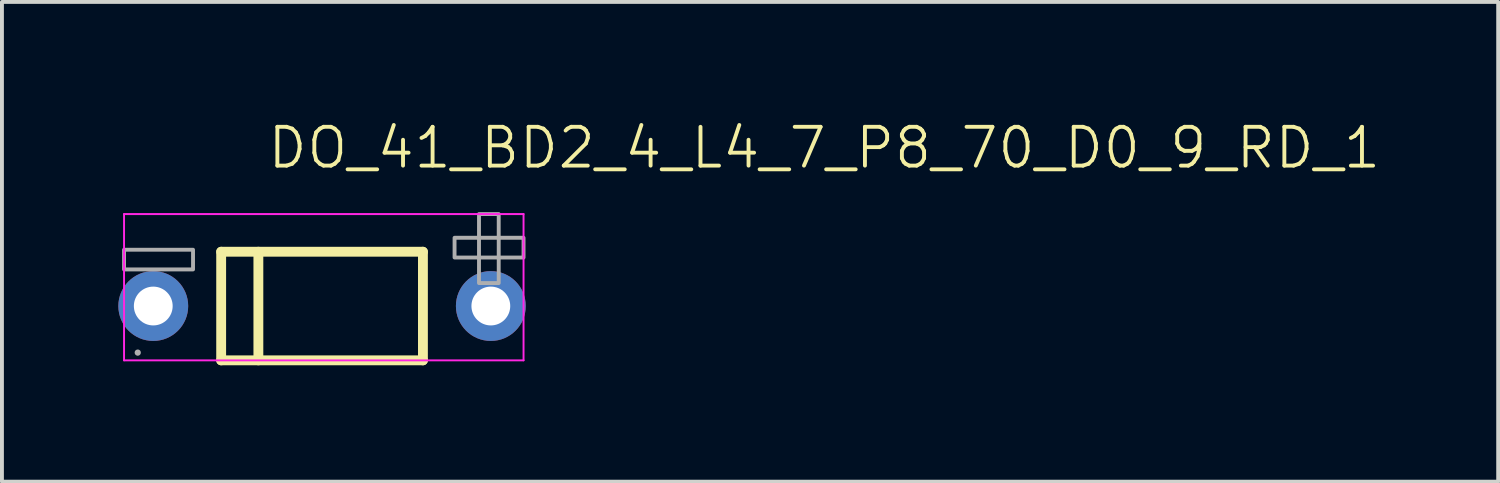
<source format=kicad_pcb>
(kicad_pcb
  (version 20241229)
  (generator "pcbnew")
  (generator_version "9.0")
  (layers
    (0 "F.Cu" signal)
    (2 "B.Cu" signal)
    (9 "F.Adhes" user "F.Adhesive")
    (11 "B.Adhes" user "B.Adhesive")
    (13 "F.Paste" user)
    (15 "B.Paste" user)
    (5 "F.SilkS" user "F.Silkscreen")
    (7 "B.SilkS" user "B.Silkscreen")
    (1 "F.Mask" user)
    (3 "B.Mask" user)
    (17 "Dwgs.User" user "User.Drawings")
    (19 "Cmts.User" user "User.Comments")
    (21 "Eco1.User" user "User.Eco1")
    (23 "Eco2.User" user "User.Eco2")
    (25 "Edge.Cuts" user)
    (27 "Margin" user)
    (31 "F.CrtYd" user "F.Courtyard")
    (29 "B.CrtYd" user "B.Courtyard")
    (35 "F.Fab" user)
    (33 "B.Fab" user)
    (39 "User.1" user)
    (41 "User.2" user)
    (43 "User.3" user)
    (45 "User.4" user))
  (footprint "DO_41_BD2_4_L4_7_P8_70_D0_9_RD_1"
    (layer "F.Cu")
    (at 5.295 4.352)
    (property "Reference" "DO_41_BD2_4_L4_7_P8_70_D0_9_RD_1" (at -1.5 -3.591 0) (layer "F.SilkS") (effects (font (size 1 1) (thickness 0.1)) (justify left)))
    (fp_line (start -2.645 -0.914) (end -2.645 1.885) (stroke (width 0.254) (type solid)) (layer "F.SilkS"))
    (fp_line (start -2.645 -0.914) (end 2.555 -0.914) (stroke (width 0.254) (type solid)) (layer "F.SilkS"))
    (fp_line (start -2.645 1.885) (end 2.555 1.885) (stroke (width 0.254) (type solid)) (layer "F.SilkS"))
    (fp_line (start -1.686 -0.914) (end -1.686 1.885) (stroke (width 0.254) (type solid)) (layer "F.SilkS"))
    (fp_line (start 2.555 -0.914) (end 2.555 1.885) (stroke (width 0.254) (type solid)) (layer "F.SilkS"))
    (fp_line (start -5.148 -1.885) (end -5.148 1.885) (stroke (width 0.05) (type solid)) (layer "F.CrtYd"))
    (fp_line (start -5.148 1.885) (end 5.148 1.885) (stroke (width 0.05) (type solid)) (layer "F.CrtYd"))
    (fp_line (start 5.148 -1.885) (end -5.148 -1.885) (stroke (width 0.05) (type solid)) (layer "F.CrtYd"))
    (fp_line (start 5.148 1.885) (end 5.148 -1.885) (stroke (width 0.05) (type solid)) (layer "F.CrtYd"))
    (fp_poly (pts (xy -5.148 -0.966) (xy -3.37 -0.966) (xy -3.37 -0.458) (xy -5.148 -0.458)) (stroke (width 0.1) (type solid)) (fill no) (layer "F.Fab"))
    (fp_poly (pts (xy 3.37 -1.274) (xy 5.148 -1.274) (xy 5.148 -0.765) (xy 3.37 -0.765)) (stroke (width 0.1) (type solid)) (fill no) (layer "F.Fab"))
    (fp_poly (pts (xy 4 -0.107) (xy 4 -1.885) (xy 4.508 -1.885) (xy 4.508 -0.107)) (stroke (width 0.1) (type solid)) (fill no) (layer "F.Fab"))
    (fp_poly (pts (xy -4.765 1.685) (xy -4.766 1.68) (xy -4.767 1.674) (xy -4.77 1.669) (xy -4.774 1.664) (xy -4.778 1.661) (xy -4.784 1.658) (xy -4.789 1.656) (xy -4.795 1.655) (xy -4.801 1.656) (xy -4.806 1.658) (xy -4.812 1.661) (xy -4.816 1.664) (xy -4.82 1.669) (xy -4.823 1.674) (xy -4.824 1.68) (xy -4.825 1.685) (xy -4.824 1.691) (xy -4.823 1.697) (xy -4.82 1.702) (xy -4.816 1.707) (xy -4.812 1.71) (xy -4.806 1.713) (xy -4.801 1.715) (xy -4.795 1.716) (xy -4.789 1.715) (xy -4.784 1.713) (xy -4.778 1.71) (xy -4.774 1.707) (xy -4.77 1.702) (xy -4.767 1.697) (xy -4.766 1.691)) (stroke (width 0.1) (type solid)) (fill no) (layer "F.Fab"))
    (pad "1" thru_hole circle (at -4.395 0.485) (size 1.8 1.8) (drill 1) (layers "*.Cu" "*.Mask"))
    (pad "2" thru_hole circle (at 4.305 0.485) (size 1.8 1.8) (drill 1) (layers "*.Cu" "*.Mask")))
  (gr_rect
    (start -3 -3)
    (end 35.562 9.364)
    (stroke (width 0.1) (type default))
    (fill no)
    (layer "Edge.Cuts")))
</source>
